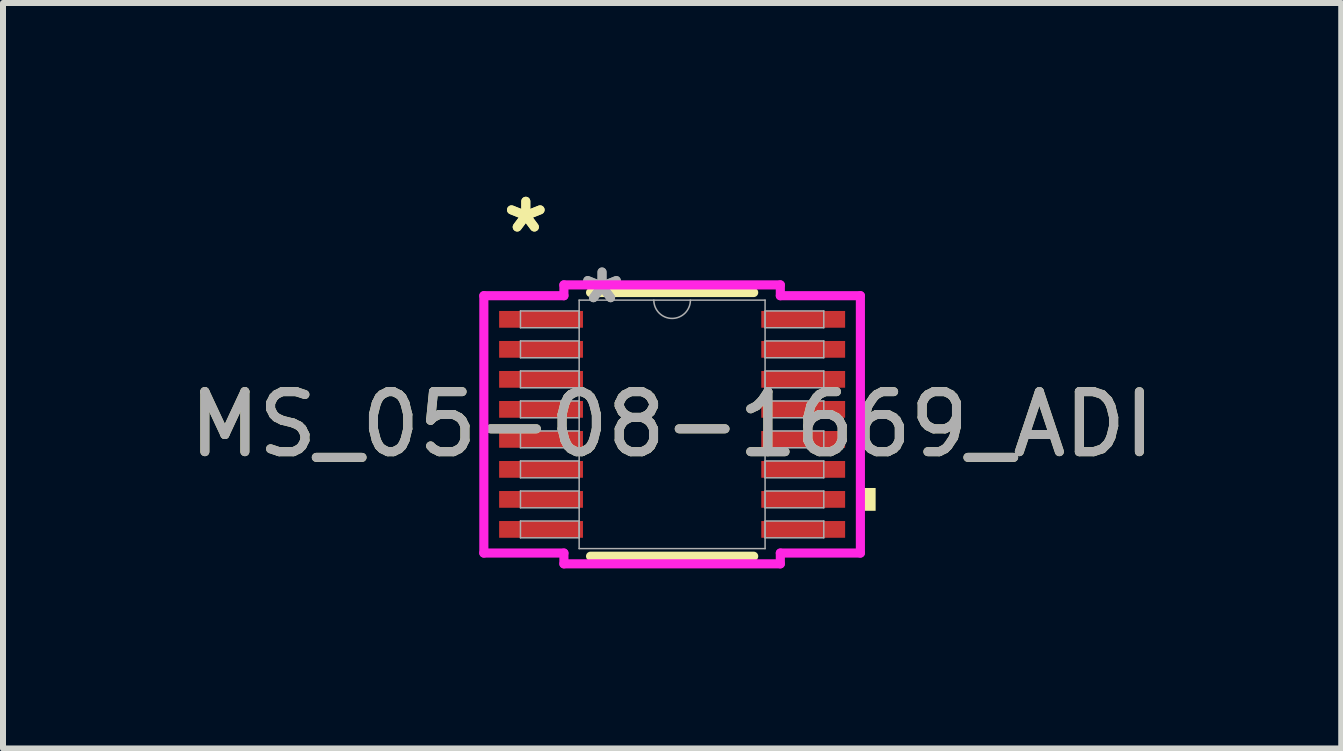
<source format=kicad_pcb>
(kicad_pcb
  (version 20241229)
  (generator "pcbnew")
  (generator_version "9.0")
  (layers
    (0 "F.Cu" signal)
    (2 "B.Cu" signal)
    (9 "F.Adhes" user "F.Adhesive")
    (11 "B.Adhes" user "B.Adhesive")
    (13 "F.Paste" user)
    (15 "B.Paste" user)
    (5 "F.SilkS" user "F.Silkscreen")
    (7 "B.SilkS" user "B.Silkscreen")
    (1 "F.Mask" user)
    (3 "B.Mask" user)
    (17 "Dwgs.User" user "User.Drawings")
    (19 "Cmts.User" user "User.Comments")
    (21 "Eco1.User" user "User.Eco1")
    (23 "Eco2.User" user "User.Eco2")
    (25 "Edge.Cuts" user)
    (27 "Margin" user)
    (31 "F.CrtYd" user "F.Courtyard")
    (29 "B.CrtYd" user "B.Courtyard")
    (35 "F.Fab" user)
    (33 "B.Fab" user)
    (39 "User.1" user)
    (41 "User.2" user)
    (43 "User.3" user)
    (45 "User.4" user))
  (footprint "MS_05-08-1669_ADI"
    (layer "F.Cu")
    (at 8.149 4.021)
    (property "Reference" "MS_05-08-1669_ADI" (at 0 0 0) (unlocked yes) (layer "F.SilkS") (effects (font (size 1 1) (thickness 0.15))))
    (attr smd)
    (fp_line (start -1.359 2.197) (end 1.359 2.197) (stroke (width 0.152) (type solid)) (layer "F.SilkS"))
    (fp_line (start 1.359 -2.197) (end -1.359 -2.197) (stroke (width 0.152) (type solid)) (layer "F.SilkS"))
    (fp_poly (pts (xy 3.391 1.06) (xy 3.391 1.44) (xy 3.137 1.44) (xy 3.137 1.06)) (stroke (width 0) (type solid)) (fill yes) (layer "F.SilkS"))
    (fp_line (start -3.137 -2.144) (end -1.803 -2.144) (stroke (width 0.152) (type solid)) (layer "F.CrtYd"))
    (fp_line (start -3.137 2.144) (end -3.137 -2.144) (stroke (width 0.152) (type solid)) (layer "F.CrtYd"))
    (fp_line (start -3.137 2.144) (end -1.803 2.144) (stroke (width 0.152) (type solid)) (layer "F.CrtYd"))
    (fp_line (start -1.803 -2.324) (end 1.803 -2.324) (stroke (width 0.152) (type solid)) (layer "F.CrtYd"))
    (fp_line (start -1.803 -2.144) (end -1.803 -2.324) (stroke (width 0.152) (type solid)) (layer "F.CrtYd"))
    (fp_line (start -1.803 2.324) (end -1.803 2.144) (stroke (width 0.152) (type solid)) (layer "F.CrtYd"))
    (fp_line (start 1.803 -2.324) (end 1.803 -2.144) (stroke (width 0.152) (type solid)) (layer "F.CrtYd"))
    (fp_line (start 1.803 2.144) (end 1.803 2.324) (stroke (width 0.152) (type solid)) (layer "F.CrtYd"))
    (fp_line (start 1.803 2.324) (end -1.803 2.324) (stroke (width 0.152) (type solid)) (layer "F.CrtYd"))
    (fp_line (start 3.137 -2.144) (end 1.803 -2.144) (stroke (width 0.152) (type solid)) (layer "F.CrtYd"))
    (fp_line (start 3.137 -2.144) (end 3.137 2.144) (stroke (width 0.152) (type solid)) (layer "F.CrtYd"))
    (fp_line (start 3.137 2.144) (end 1.803 2.144) (stroke (width 0.152) (type solid)) (layer "F.CrtYd"))
    (fp_line (start -2.527 -1.89) (end -2.527 -1.61) (stroke (width 0.025) (type solid)) (layer "F.Fab"))
    (fp_line (start -2.527 -1.61) (end -1.549 -1.61) (stroke (width 0.025) (type solid)) (layer "F.Fab"))
    (fp_line (start -2.527 -1.39) (end -2.527 -1.11) (stroke (width 0.025) (type solid)) (layer "F.Fab"))
    (fp_line (start -2.527 -1.11) (end -1.549 -1.11) (stroke (width 0.025) (type solid)) (layer "F.Fab"))
    (fp_line (start -2.527 -0.89) (end -2.527 -0.61) (stroke (width 0.025) (type solid)) (layer "F.Fab"))
    (fp_line (start -2.527 -0.61) (end -1.549 -0.61) (stroke (width 0.025) (type solid)) (layer "F.Fab"))
    (fp_line (start -2.527 -0.39) (end -2.527 -0.11) (stroke (width 0.025) (type solid)) (layer "F.Fab"))
    (fp_line (start -2.527 -0.11) (end -1.549 -0.11) (stroke (width 0.025) (type solid)) (layer "F.Fab"))
    (fp_line (start -2.527 0.11) (end -2.527 0.39) (stroke (width 0.025) (type solid)) (layer "F.Fab"))
    (fp_line (start -2.527 0.39) (end -1.549 0.39) (stroke (width 0.025) (type solid)) (layer "F.Fab"))
    (fp_line (start -2.527 0.61) (end -2.527 0.89) (stroke (width 0.025) (type solid)) (layer "F.Fab"))
    (fp_line (start -2.527 0.89) (end -1.549 0.89) (stroke (width 0.025) (type solid)) (layer "F.Fab"))
    (fp_line (start -2.527 1.11) (end -2.527 1.39) (stroke (width 0.025) (type solid)) (layer "F.Fab"))
    (fp_line (start -2.527 1.39) (end -1.549 1.39) (stroke (width 0.025) (type solid)) (layer "F.Fab"))
    (fp_line (start -2.527 1.61) (end -2.527 1.89) (stroke (width 0.025) (type solid)) (layer "F.Fab"))
    (fp_line (start -2.527 1.89) (end -1.549 1.89) (stroke (width 0.025) (type solid)) (layer "F.Fab"))
    (fp_line (start -1.549 -2.07) (end -1.549 2.07) (stroke (width 0.025) (type solid)) (layer "F.Fab"))
    (fp_line (start -1.549 -1.89) (end -2.527 -1.89) (stroke (width 0.025) (type solid)) (layer "F.Fab"))
    (fp_line (start -1.549 -1.61) (end -1.549 -1.89) (stroke (width 0.025) (type solid)) (layer "F.Fab"))
    (fp_line (start -1.549 -1.39) (end -2.527 -1.39) (stroke (width 0.025) (type solid)) (layer "F.Fab"))
    (fp_line (start -1.549 -1.11) (end -1.549 -1.39) (stroke (width 0.025) (type solid)) (layer "F.Fab"))
    (fp_line (start -1.549 -0.89) (end -2.527 -0.89) (stroke (width 0.025) (type solid)) (layer "F.Fab"))
    (fp_line (start -1.549 -0.61) (end -1.549 -0.89) (stroke (width 0.025) (type solid)) (layer "F.Fab"))
    (fp_line (start -1.549 -0.39) (end -2.527 -0.39) (stroke (width 0.025) (type solid)) (layer "F.Fab"))
    (fp_line (start -1.549 -0.11) (end -1.549 -0.39) (stroke (width 0.025) (type solid)) (layer "F.Fab"))
    (fp_line (start -1.549 0.11) (end -2.527 0.11) (stroke (width 0.025) (type solid)) (layer "F.Fab"))
    (fp_line (start -1.549 0.39) (end -1.549 0.11) (stroke (width 0.025) (type solid)) (layer "F.Fab"))
    (fp_line (start -1.549 0.61) (end -2.527 0.61) (stroke (width 0.025) (type solid)) (layer "F.Fab"))
    (fp_line (start -1.549 0.89) (end -1.549 0.61) (stroke (width 0.025) (type solid)) (layer "F.Fab"))
    (fp_line (start -1.549 1.11) (end -2.527 1.11) (stroke (width 0.025) (type solid)) (layer "F.Fab"))
    (fp_line (start -1.549 1.39) (end -1.549 1.11) (stroke (width 0.025) (type solid)) (layer "F.Fab"))
    (fp_line (start -1.549 1.61) (end -2.527 1.61) (stroke (width 0.025) (type solid)) (layer "F.Fab"))
    (fp_line (start -1.549 1.89) (end -1.549 1.61) (stroke (width 0.025) (type solid)) (layer "F.Fab"))
    (fp_line (start -1.549 2.07) (end 1.549 2.07) (stroke (width 0.025) (type solid)) (layer "F.Fab"))
    (fp_line (start 1.549 -2.07) (end -1.549 -2.07) (stroke (width 0.025) (type solid)) (layer "F.Fab"))
    (fp_line (start 1.549 -1.89) (end 1.549 -1.61) (stroke (width 0.025) (type solid)) (layer "F.Fab"))
    (fp_line (start 1.549 -1.61) (end 2.527 -1.61) (stroke (width 0.025) (type solid)) (layer "F.Fab"))
    (fp_line (start 1.549 -1.39) (end 1.549 -1.11) (stroke (width 0.025) (type solid)) (layer "F.Fab"))
    (fp_line (start 1.549 -1.11) (end 2.527 -1.11) (stroke (width 0.025) (type solid)) (layer "F.Fab"))
    (fp_line (start 1.549 -0.89) (end 1.549 -0.61) (stroke (width 0.025) (type solid)) (layer "F.Fab"))
    (fp_line (start 1.549 -0.61) (end 2.527 -0.61) (stroke (width 0.025) (type solid)) (layer "F.Fab"))
    (fp_line (start 1.549 -0.39) (end 1.549 -0.11) (stroke (width 0.025) (type solid)) (layer "F.Fab"))
    (fp_line (start 1.549 -0.11) (end 2.527 -0.11) (stroke (width 0.025) (type solid)) (layer "F.Fab"))
    (fp_line (start 1.549 0.11) (end 1.549 0.39) (stroke (width 0.025) (type solid)) (layer "F.Fab"))
    (fp_line (start 1.549 0.39) (end 2.527 0.39) (stroke (width 0.025) (type solid)) (layer "F.Fab"))
    (fp_line (start 1.549 0.61) (end 1.549 0.89) (stroke (width 0.025) (type solid)) (layer "F.Fab"))
    (fp_line (start 1.549 0.89) (end 2.527 0.89) (stroke (width 0.025) (type solid)) (layer "F.Fab"))
    (fp_line (start 1.549 1.11) (end 1.549 1.39) (stroke (width 0.025) (type solid)) (layer "F.Fab"))
    (fp_line (start 1.549 1.39) (end 2.527 1.39) (stroke (width 0.025) (type solid)) (layer "F.Fab"))
    (fp_line (start 1.549 1.61) (end 1.549 1.89) (stroke (width 0.025) (type solid)) (layer "F.Fab"))
    (fp_line (start 1.549 1.89) (end 2.527 1.89) (stroke (width 0.025) (type solid)) (layer "F.Fab"))
    (fp_line (start 1.549 2.07) (end 1.549 -2.07) (stroke (width 0.025) (type solid)) (layer "F.Fab"))
    (fp_line (start 2.527 -1.89) (end 1.549 -1.89) (stroke (width 0.025) (type solid)) (layer "F.Fab"))
    (fp_line (start 2.527 -1.61) (end 2.527 -1.89) (stroke (width 0.025) (type solid)) (layer "F.Fab"))
    (fp_line (start 2.527 -1.39) (end 1.549 -1.39) (stroke (width 0.025) (type solid)) (layer "F.Fab"))
    (fp_line (start 2.527 -1.11) (end 2.527 -1.39) (stroke (width 0.025) (type solid)) (layer "F.Fab"))
    (fp_line (start 2.527 -0.89) (end 1.549 -0.89) (stroke (width 0.025) (type solid)) (layer "F.Fab"))
    (fp_line (start 2.527 -0.61) (end 2.527 -0.89) (stroke (width 0.025) (type solid)) (layer "F.Fab"))
    (fp_line (start 2.527 -0.39) (end 1.549 -0.39) (stroke (width 0.025) (type solid)) (layer "F.Fab"))
    (fp_line (start 2.527 -0.11) (end 2.527 -0.39) (stroke (width 0.025) (type solid)) (layer "F.Fab"))
    (fp_line (start 2.527 0.11) (end 1.549 0.11) (stroke (width 0.025) (type solid)) (layer "F.Fab"))
    (fp_line (start 2.527 0.39) (end 2.527 0.11) (stroke (width 0.025) (type solid)) (layer "F.Fab"))
    (fp_line (start 2.527 0.61) (end 1.549 0.61) (stroke (width 0.025) (type solid)) (layer "F.Fab"))
    (fp_line (start 2.527 0.89) (end 2.527 0.61) (stroke (width 0.025) (type solid)) (layer "F.Fab"))
    (fp_line (start 2.527 1.11) (end 1.549 1.11) (stroke (width 0.025) (type solid)) (layer "F.Fab"))
    (fp_line (start 2.527 1.39) (end 2.527 1.11) (stroke (width 0.025) (type solid)) (layer "F.Fab"))
    (fp_line (start 2.527 1.61) (end 1.549 1.61) (stroke (width 0.025) (type solid)) (layer "F.Fab"))
    (fp_line (start 2.527 1.89) (end 2.527 1.61) (stroke (width 0.025) (type solid)) (layer "F.Fab"))
    (fp_arc (start 0.3048 -2.0701) (mid 0 -1.7653) (end -0.3048 -2.0701) (stroke (width 0.0254) (type solid)) (layer "F.Fab"))
    (fp_text user "*" (at -2.438 -3.172 0) (layer "F.SilkS") (effects (font (size 1 1) (thickness 0.15))))
    (fp_text user "*" (at -2.438 -3.172 0) (unlocked yes) (layer "F.SilkS") (effects (font (size 1 1) (thickness 0.15))))
    (fp_text user "*" (at -1.168 -1.994 0) (unlocked yes) (layer "F.Fab") (effects (font (size 1 1) (thickness 0.15))))
    (fp_text user "*" (at -1.168 -1.994 0) (layer "F.Fab") (effects (font (size 1 1) (thickness 0.15))))
    (fp_text user "${REFERENCE}" (at 0 0 0) (unlocked yes) (layer "F.Fab") (effects (font (size 1 1) (thickness 0.15))))
    (pad "1" smd rect (at -2.184 -1.75) (size 1.397 0.279) (layers "F.Cu" "F.Mask" "F.Paste"))
    (pad "2" smd rect (at -2.184 -1.25) (size 1.397 0.279) (layers "F.Cu" "F.Mask" "F.Paste"))
    (pad "3" smd rect (at -2.184 -0.75) (size 1.397 0.279) (layers "F.Cu" "F.Mask" "F.Paste"))
    (pad "4" smd rect (at -2.184 -0.25) (size 1.397 0.279) (layers "F.Cu" "F.Mask" "F.Paste"))
    (pad "5" smd rect (at -2.184 0.25) (size 1.397 0.279) (layers "F.Cu" "F.Mask" "F.Paste"))
    (pad "6" smd rect (at -2.184 0.75) (size 1.397 0.279) (layers "F.Cu" "F.Mask" "F.Paste"))
    (pad "7" smd rect (at -2.184 1.25) (size 1.397 0.279) (layers "F.Cu" "F.Mask" "F.Paste"))
    (pad "8" smd rect (at -2.184 1.75) (size 1.397 0.279) (layers "F.Cu" "F.Mask" "F.Paste"))
    (pad "9" smd rect (at 2.184 1.75) (size 1.397 0.279) (layers "F.Cu" "F.Mask" "F.Paste"))
    (pad "10" smd rect (at 2.184 1.25) (size 1.397 0.279) (layers "F.Cu" "F.Mask" "F.Paste"))
    (pad "11" smd rect (at 2.184 0.75) (size 1.397 0.279) (layers "F.Cu" "F.Mask" "F.Paste"))
    (pad "12" smd rect (at 2.184 0.25) (size 1.397 0.279) (layers "F.Cu" "F.Mask" "F.Paste"))
    (pad "13" smd rect (at 2.184 -0.25) (size 1.397 0.279) (layers "F.Cu" "F.Mask" "F.Paste"))
    (pad "14" smd rect (at 2.184 -0.75) (size 1.397 0.279) (layers "F.Cu" "F.Mask" "F.Paste"))
    (pad "15" smd rect (at 2.184 -1.25) (size 1.397 0.279) (layers "F.Cu" "F.Mask" "F.Paste"))
    (pad "16" smd rect (at 2.184 -1.75) (size 1.397 0.279) (layers "F.Cu" "F.Mask" "F.Paste")))
  (gr_rect
    (start -3 -3)
    (end 19.298 9.421)
    (stroke (width 0.1) (type default))
    (fill no)
    (layer "Edge.Cuts")))
</source>
